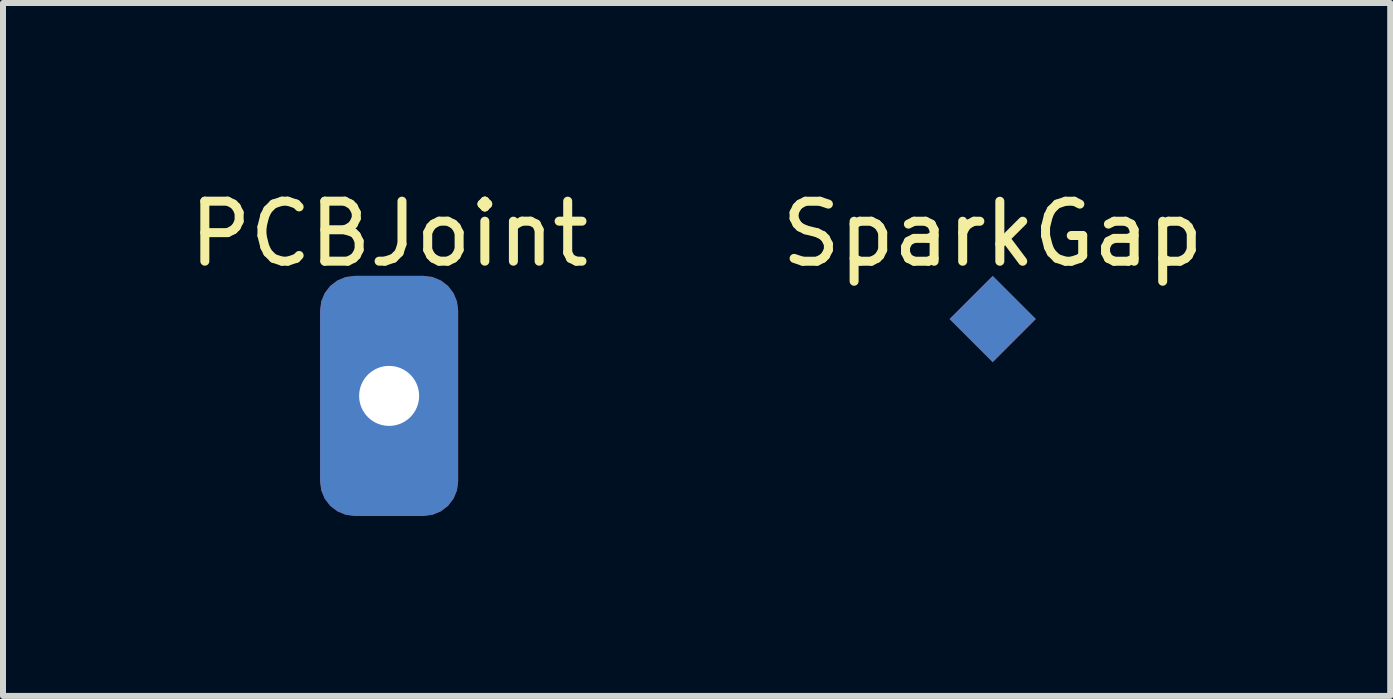
<source format=kicad_pcb>
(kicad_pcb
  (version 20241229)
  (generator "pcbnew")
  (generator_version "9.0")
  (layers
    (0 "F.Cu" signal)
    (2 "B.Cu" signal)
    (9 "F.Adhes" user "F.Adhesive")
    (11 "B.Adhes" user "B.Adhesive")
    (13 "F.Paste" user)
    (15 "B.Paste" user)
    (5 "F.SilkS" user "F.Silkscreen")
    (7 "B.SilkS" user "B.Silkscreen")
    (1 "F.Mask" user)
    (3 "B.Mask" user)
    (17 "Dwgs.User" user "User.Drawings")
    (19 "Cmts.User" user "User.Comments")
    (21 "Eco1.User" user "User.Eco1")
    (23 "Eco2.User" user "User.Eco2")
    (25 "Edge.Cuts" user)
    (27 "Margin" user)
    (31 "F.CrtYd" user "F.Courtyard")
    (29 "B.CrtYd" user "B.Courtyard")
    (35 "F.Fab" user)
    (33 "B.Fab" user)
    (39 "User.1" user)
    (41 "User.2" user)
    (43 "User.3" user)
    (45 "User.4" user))
  (footprint "PCBJoint"
    (layer "F.Cu")
    (at 3.435 3.548)
    (property "Reference" "PCBJoint" (at 0 -2.7 0) (unlocked yes) (layer "F.SilkS") (effects (font (size 1 1) (thickness 0.15))))
    (pad "1" thru_hole roundrect (at 0 0) (size 2.3 4) (drill 1) (layers "*.Cu" "*.Mask") (roundrect_rratio 0.25)))
  (footprint "SparkGap"
    (layer "F.Cu")
    (at 13.494 2.267)
    (property "Reference" "SparkGap" (at 0 -1.418 0) (unlocked yes) (layer "F.SilkS") (effects (font (size 1 1) (thickness 0.15))))
    (pad "1" smd rect (at 0 0 45) (size 1.016 1.016) (layers "F.Cu" "F.Mask" "F.Paste"))
    (pad "1" smd rect (at 0 0 45) (size 1.016 1.016) (layers "B.Cu" "B.Mask" "B.Paste")))
  (gr_rect
    (start -3 -3)
    (end 20.119 8.548)
    (stroke (width 0.1) (type default))
    (fill no)
    (layer "Edge.Cuts")))
</source>
